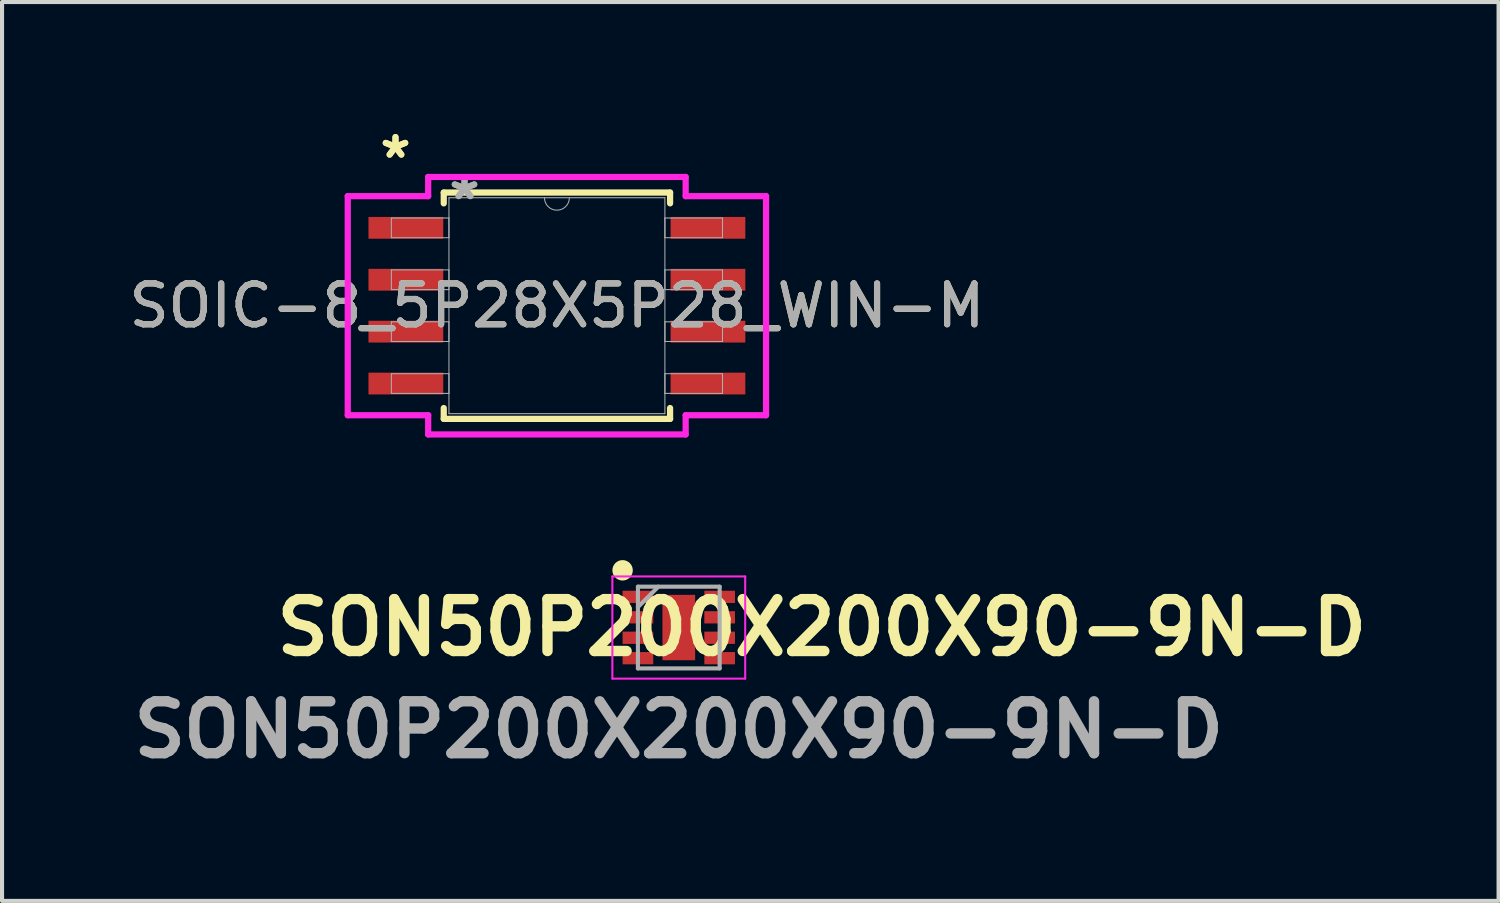
<source format=kicad_pcb>
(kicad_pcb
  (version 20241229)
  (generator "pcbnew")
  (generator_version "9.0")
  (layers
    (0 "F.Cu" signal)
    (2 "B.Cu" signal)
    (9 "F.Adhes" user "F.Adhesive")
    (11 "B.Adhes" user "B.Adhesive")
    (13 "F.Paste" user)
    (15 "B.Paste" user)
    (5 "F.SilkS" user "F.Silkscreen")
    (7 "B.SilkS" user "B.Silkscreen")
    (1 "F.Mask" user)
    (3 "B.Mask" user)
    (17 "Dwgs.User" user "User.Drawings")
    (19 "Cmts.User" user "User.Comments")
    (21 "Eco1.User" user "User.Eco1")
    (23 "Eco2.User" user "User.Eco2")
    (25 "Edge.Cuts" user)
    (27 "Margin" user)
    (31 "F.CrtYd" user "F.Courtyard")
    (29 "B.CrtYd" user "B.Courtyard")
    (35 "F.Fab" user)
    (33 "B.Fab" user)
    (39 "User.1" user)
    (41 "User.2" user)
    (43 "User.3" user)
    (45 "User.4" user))
  (footprint "SOIC-8_5P28X5P28_WIN-M"
    (layer "F.Cu")
    (at 10.577 4.43)
    (property "Reference" "SOIC-8_5P28X5P28_WIN-M" (at 0 0 0) (unlocked yes) (layer "F.SilkS") (effects (font (size 1 1) (thickness 0.15))))
    (attr smd)
    (fp_line (start -2.769 -2.769) (end -2.769 -2.504) (stroke (width 0.152) (type solid)) (layer "F.SilkS"))
    (fp_line (start -2.769 2.504) (end -2.769 2.769) (stroke (width 0.152) (type solid)) (layer "F.SilkS"))
    (fp_line (start -2.769 2.769) (end 2.769 2.769) (stroke (width 0.152) (type solid)) (layer "F.SilkS"))
    (fp_line (start 2.769 -2.769) (end -2.769 -2.769) (stroke (width 0.152) (type solid)) (layer "F.SilkS"))
    (fp_line (start 2.769 -2.504) (end 2.769 -2.769) (stroke (width 0.152) (type solid)) (layer "F.SilkS"))
    (fp_line (start 2.769 2.769) (end 2.769 2.504) (stroke (width 0.152) (type solid)) (layer "F.SilkS"))
    (fp_line (start -5.118 -2.68) (end -3.15 -2.68) (stroke (width 0.152) (type solid)) (layer "F.CrtYd"))
    (fp_line (start -5.118 2.68) (end -5.118 -2.68) (stroke (width 0.152) (type solid)) (layer "F.CrtYd"))
    (fp_line (start -5.118 2.68) (end -3.15 2.68) (stroke (width 0.152) (type solid)) (layer "F.CrtYd"))
    (fp_line (start -3.15 -3.15) (end 3.15 -3.15) (stroke (width 0.152) (type solid)) (layer "F.CrtYd"))
    (fp_line (start -3.15 -2.68) (end -3.15 -3.15) (stroke (width 0.152) (type solid)) (layer "F.CrtYd"))
    (fp_line (start -3.15 3.15) (end -3.15 2.68) (stroke (width 0.152) (type solid)) (layer "F.CrtYd"))
    (fp_line (start 3.15 -3.15) (end 3.15 -2.68) (stroke (width 0.152) (type solid)) (layer "F.CrtYd"))
    (fp_line (start 3.15 2.68) (end 3.15 3.15) (stroke (width 0.152) (type solid)) (layer "F.CrtYd"))
    (fp_line (start 3.15 3.15) (end -3.15 3.15) (stroke (width 0.152) (type solid)) (layer "F.CrtYd"))
    (fp_line (start 5.118 -2.68) (end 3.15 -2.68) (stroke (width 0.152) (type solid)) (layer "F.CrtYd"))
    (fp_line (start 5.118 -2.68) (end 5.118 2.68) (stroke (width 0.152) (type solid)) (layer "F.CrtYd"))
    (fp_line (start 5.118 2.68) (end 3.15 2.68) (stroke (width 0.152) (type solid)) (layer "F.CrtYd"))
    (fp_line (start -4.051 -2.146) (end -4.051 -1.664) (stroke (width 0.025) (type solid)) (layer "F.Fab"))
    (fp_line (start -4.051 -1.664) (end -2.642 -1.664) (stroke (width 0.025) (type solid)) (layer "F.Fab"))
    (fp_line (start -4.051 -0.876) (end -4.051 -0.394) (stroke (width 0.025) (type solid)) (layer "F.Fab"))
    (fp_line (start -4.051 -0.394) (end -2.642 -0.394) (stroke (width 0.025) (type solid)) (layer "F.Fab"))
    (fp_line (start -4.051 0.394) (end -4.051 0.876) (stroke (width 0.025) (type solid)) (layer "F.Fab"))
    (fp_line (start -4.051 0.876) (end -2.642 0.876) (stroke (width 0.025) (type solid)) (layer "F.Fab"))
    (fp_line (start -4.051 1.664) (end -4.051 2.146) (stroke (width 0.025) (type solid)) (layer "F.Fab"))
    (fp_line (start -4.051 2.146) (end -2.642 2.146) (stroke (width 0.025) (type solid)) (layer "F.Fab"))
    (fp_line (start -2.642 -2.642) (end -2.642 2.642) (stroke (width 0.025) (type solid)) (layer "F.Fab"))
    (fp_line (start -2.642 -2.146) (end -4.051 -2.146) (stroke (width 0.025) (type solid)) (layer "F.Fab"))
    (fp_line (start -2.642 -1.664) (end -2.642 -2.146) (stroke (width 0.025) (type solid)) (layer "F.Fab"))
    (fp_line (start -2.642 -0.876) (end -4.051 -0.876) (stroke (width 0.025) (type solid)) (layer "F.Fab"))
    (fp_line (start -2.642 -0.394) (end -2.642 -0.876) (stroke (width 0.025) (type solid)) (layer "F.Fab"))
    (fp_line (start -2.642 0.394) (end -4.051 0.394) (stroke (width 0.025) (type solid)) (layer "F.Fab"))
    (fp_line (start -2.642 0.876) (end -2.642 0.394) (stroke (width 0.025) (type solid)) (layer "F.Fab"))
    (fp_line (start -2.642 1.664) (end -4.051 1.664) (stroke (width 0.025) (type solid)) (layer "F.Fab"))
    (fp_line (start -2.642 2.146) (end -2.642 1.664) (stroke (width 0.025) (type solid)) (layer "F.Fab"))
    (fp_line (start -2.642 2.642) (end 2.642 2.642) (stroke (width 0.025) (type solid)) (layer "F.Fab"))
    (fp_line (start 2.642 -2.642) (end -2.642 -2.642) (stroke (width 0.025) (type solid)) (layer "F.Fab"))
    (fp_line (start 2.642 -2.146) (end 2.642 -1.664) (stroke (width 0.025) (type solid)) (layer "F.Fab"))
    (fp_line (start 2.642 -1.664) (end 4.051 -1.664) (stroke (width 0.025) (type solid)) (layer "F.Fab"))
    (fp_line (start 2.642 -0.876) (end 2.642 -0.394) (stroke (width 0.025) (type solid)) (layer "F.Fab"))
    (fp_line (start 2.642 -0.394) (end 4.051 -0.394) (stroke (width 0.025) (type solid)) (layer "F.Fab"))
    (fp_line (start 2.642 0.394) (end 2.642 0.876) (stroke (width 0.025) (type solid)) (layer "F.Fab"))
    (fp_line (start 2.642 0.876) (end 4.051 0.876) (stroke (width 0.025) (type solid)) (layer "F.Fab"))
    (fp_line (start 2.642 1.664) (end 2.642 2.146) (stroke (width 0.025) (type solid)) (layer "F.Fab"))
    (fp_line (start 2.642 2.146) (end 4.051 2.146) (stroke (width 0.025) (type solid)) (layer "F.Fab"))
    (fp_line (start 2.642 2.642) (end 2.642 -2.642) (stroke (width 0.025) (type solid)) (layer "F.Fab"))
    (fp_line (start 4.051 -2.146) (end 2.642 -2.146) (stroke (width 0.025) (type solid)) (layer "F.Fab"))
    (fp_line (start 4.051 -1.664) (end 4.051 -2.146) (stroke (width 0.025) (type solid)) (layer "F.Fab"))
    (fp_line (start 4.051 -0.876) (end 2.642 -0.876) (stroke (width 0.025) (type solid)) (layer "F.Fab"))
    (fp_line (start 4.051 -0.394) (end 4.051 -0.876) (stroke (width 0.025) (type solid)) (layer "F.Fab"))
    (fp_line (start 4.051 0.394) (end 2.642 0.394) (stroke (width 0.025) (type solid)) (layer "F.Fab"))
    (fp_line (start 4.051 0.876) (end 4.051 0.394) (stroke (width 0.025) (type solid)) (layer "F.Fab"))
    (fp_line (start 4.051 1.664) (end 2.642 1.664) (stroke (width 0.025) (type solid)) (layer "F.Fab"))
    (fp_line (start 4.051 2.146) (end 4.051 1.664) (stroke (width 0.025) (type solid)) (layer "F.Fab"))
    (fp_arc (start 0.3048 -2.6416) (mid 0 -2.3368) (end -0.3048 -2.6416) (stroke (width 0.0254) (type solid)) (layer "F.Fab"))
    (fp_text user "*" (at -3.95 -3.581 0) (layer "F.SilkS") (effects (font (size 1 1) (thickness 0.15))))
    (fp_text user "*" (at -3.95 -3.581 0) (unlocked yes) (layer "F.SilkS") (effects (font (size 1 1) (thickness 0.15))))
    (fp_text user "${REFERENCE}" (at 0 0 0) (unlocked yes) (layer "F.Fab") (effects (font (size 1 1) (thickness 0.15))))
    (fp_text user "*" (at -2.261 -2.565 0) (unlocked yes) (layer "F.Fab") (effects (font (size 1 1) (thickness 0.15))))
    (fp_text user "*" (at -2.261 -2.565 0) (layer "F.Fab") (effects (font (size 1 1) (thickness 0.15))))
    (pad "1" smd rect (at -3.696 -1.905) (size 1.829 0.533) (layers "F.Cu" "F.Mask" "F.Paste"))
    (pad "2" smd rect (at -3.696 -0.635) (size 1.829 0.533) (layers "F.Cu" "F.Mask" "F.Paste"))
    (pad "3" smd rect (at -3.696 0.635) (size 1.829 0.533) (layers "F.Cu" "F.Mask" "F.Paste"))
    (pad "4" smd rect (at -3.696 1.905) (size 1.829 0.533) (layers "F.Cu" "F.Mask" "F.Paste"))
    (pad "5" smd rect (at 3.696 1.905) (size 1.829 0.533) (layers "F.Cu" "F.Mask" "F.Paste"))
    (pad "6" smd rect (at 3.696 0.635) (size 1.829 0.533) (layers "F.Cu" "F.Mask" "F.Paste"))
    (pad "7" smd rect (at 3.696 -0.635) (size 1.829 0.533) (layers "F.Cu" "F.Mask" "F.Paste"))
    (pad "8" smd rect (at 3.696 -1.905) (size 1.829 0.533) (layers "F.Cu" "F.Mask" "F.Paste")))
  (footprint "SON50P200X200X90-9N-D"
    (layer "F.Cu")
    (at 13.559 12.305)
    (property "Reference" "SON50P200X200X90-9N-D" (at 3.5 0 0) (layer "F.SilkS") (effects (font (size 1.27 1.27) (thickness 0.254))))
    (attr smd)
    (fp_circle (center -1.375 -1.4) (end -1.375 -1.275) (stroke (width 0.25) (type solid)) (fill no) (layer "F.SilkS"))
    (fp_line (start -1.625 -1.25) (end 1.625 -1.25) (stroke (width 0.05) (type solid)) (layer "F.CrtYd"))
    (fp_line (start -1.625 1.25) (end -1.625 -1.25) (stroke (width 0.05) (type solid)) (layer "F.CrtYd"))
    (fp_line (start 1.625 -1.25) (end 1.625 1.25) (stroke (width 0.05) (type solid)) (layer "F.CrtYd"))
    (fp_line (start 1.625 1.25) (end -1.625 1.25) (stroke (width 0.05) (type solid)) (layer "F.CrtYd"))
    (fp_line (start -1 -1) (end 1 -1) (stroke (width 0.1) (type solid)) (layer "F.Fab"))
    (fp_line (start -1 -0.5) (end -0.5 -1) (stroke (width 0.1) (type solid)) (layer "F.Fab"))
    (fp_line (start -1 1) (end -1 -1) (stroke (width 0.1) (type solid)) (layer "F.Fab"))
    (fp_line (start 1 -1) (end 1 1) (stroke (width 0.1) (type solid)) (layer "F.Fab"))
    (fp_line (start 1 1) (end -1 1) (stroke (width 0.1) (type solid)) (layer "F.Fab"))
    (fp_text user "${REFERENCE}" (at 0 2.5 0) (layer "F.Fab") (effects (font (size 1.27 1.27) (thickness 0.254))))
    (pad "1" smd rect (at -1 -0.75 90) (size 0.3 0.75) (layers "F.Cu" "F.Mask" "F.Paste"))
    (pad "2" smd rect (at -1 -0.25 90) (size 0.3 0.75) (layers "F.Cu" "F.Mask" "F.Paste"))
    (pad "3" smd rect (at -1 0.25 90) (size 0.3 0.75) (layers "F.Cu" "F.Mask" "F.Paste"))
    (pad "4" smd rect (at -1 0.75 90) (size 0.3 0.75) (layers "F.Cu" "F.Mask" "F.Paste"))
    (pad "5" smd rect (at 1 0.75 90) (size 0.3 0.75) (layers "F.Cu" "F.Mask" "F.Paste"))
    (pad "6" smd rect (at 1 0.25 90) (size 0.3 0.75) (layers "F.Cu" "F.Mask" "F.Paste"))
    (pad "7" smd rect (at 1 -0.25 90) (size 0.3 0.75) (layers "F.Cu" "F.Mask" "F.Paste"))
    (pad "8" smd rect (at 1 -0.75 90) (size 0.3 0.75) (layers "F.Cu" "F.Mask" "F.Paste"))
    (pad "9" smd rect (at 0 0) (size 0.8 1.6) (layers "F.Cu" "F.Mask" "F.Paste")))
  (gr_rect
    (start -3 -3)
    (end 33.618 18.994)
    (stroke (width 0.1) (type default))
    (fill no)
    (layer "Edge.Cuts")))
</source>
